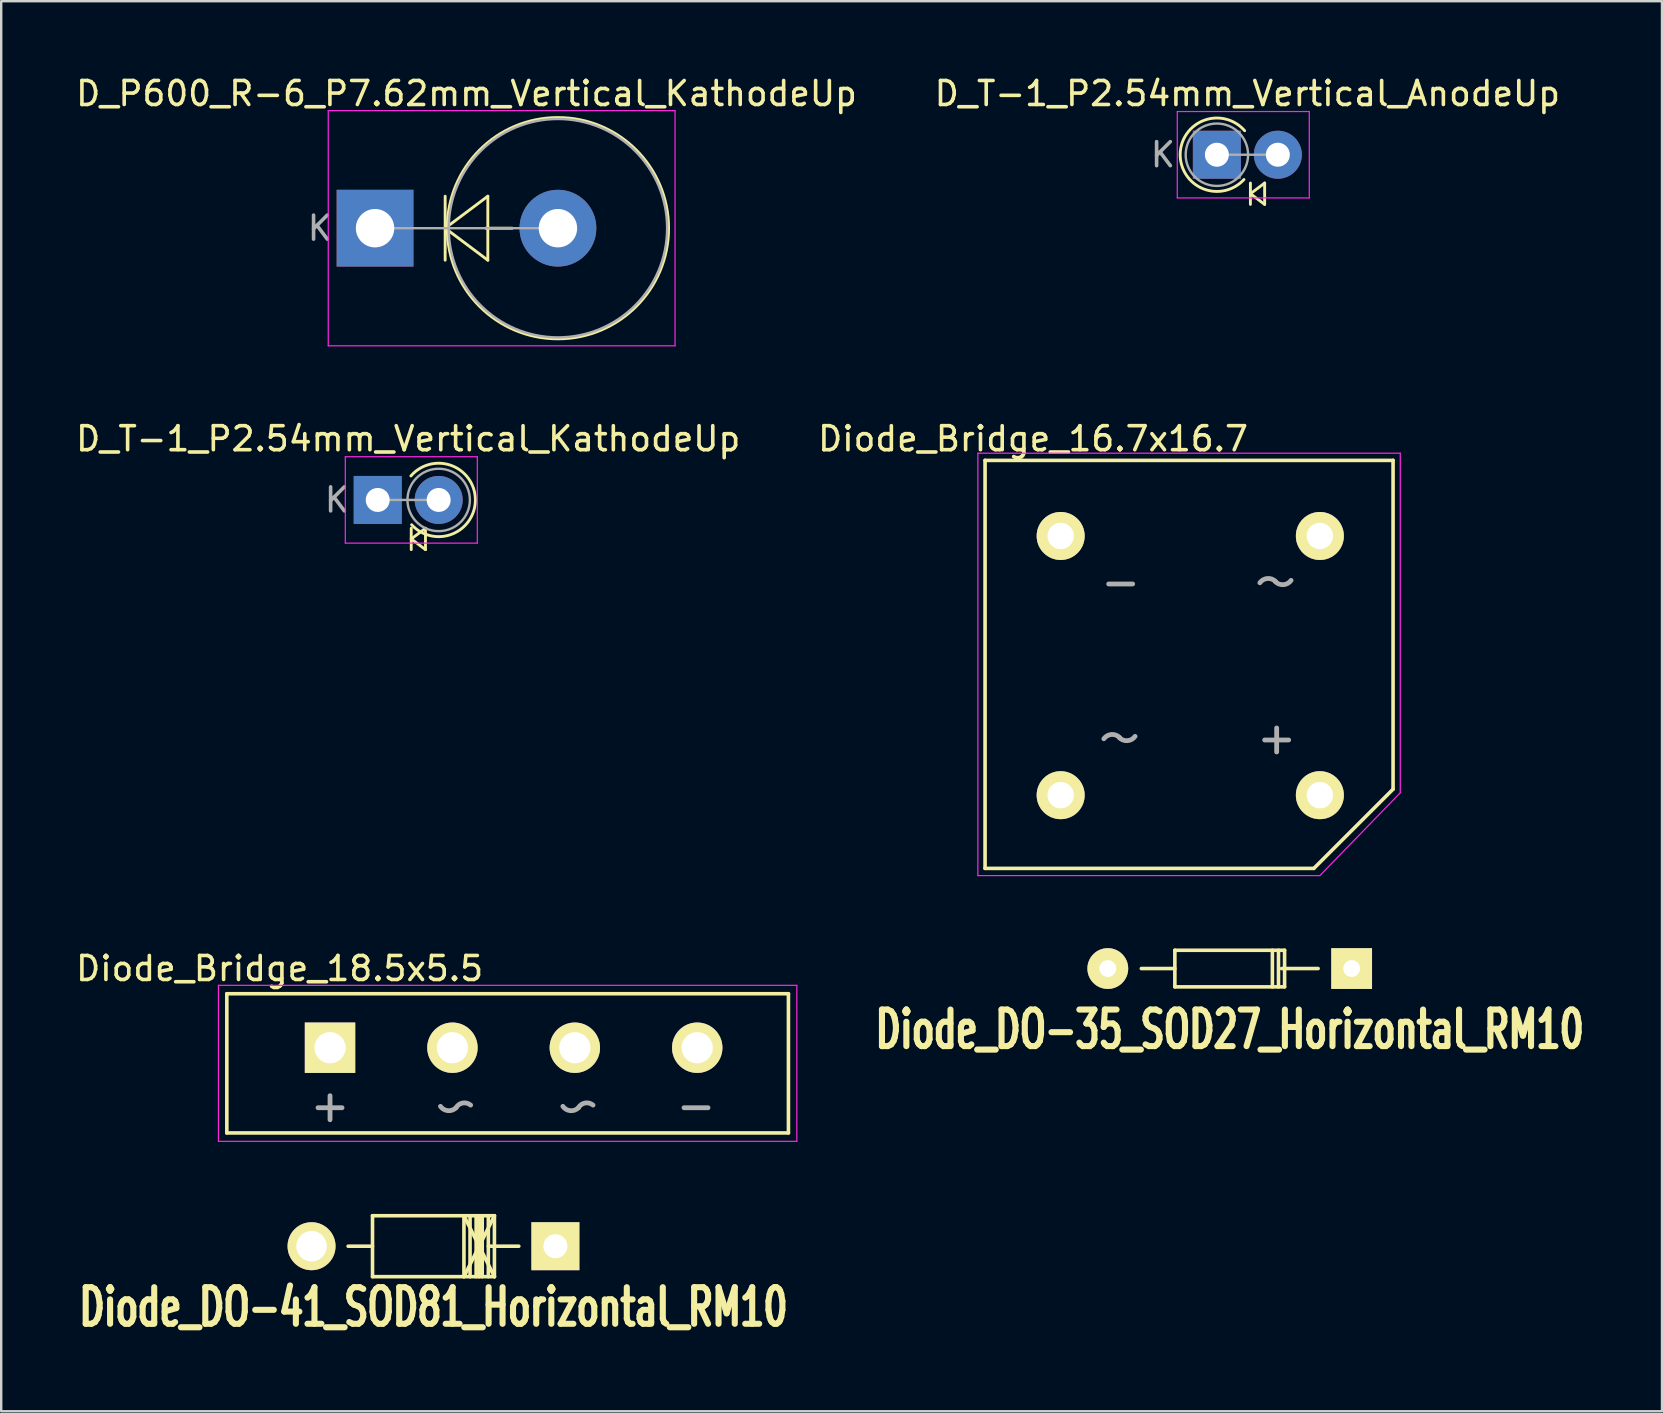
<source format=kicad_pcb>
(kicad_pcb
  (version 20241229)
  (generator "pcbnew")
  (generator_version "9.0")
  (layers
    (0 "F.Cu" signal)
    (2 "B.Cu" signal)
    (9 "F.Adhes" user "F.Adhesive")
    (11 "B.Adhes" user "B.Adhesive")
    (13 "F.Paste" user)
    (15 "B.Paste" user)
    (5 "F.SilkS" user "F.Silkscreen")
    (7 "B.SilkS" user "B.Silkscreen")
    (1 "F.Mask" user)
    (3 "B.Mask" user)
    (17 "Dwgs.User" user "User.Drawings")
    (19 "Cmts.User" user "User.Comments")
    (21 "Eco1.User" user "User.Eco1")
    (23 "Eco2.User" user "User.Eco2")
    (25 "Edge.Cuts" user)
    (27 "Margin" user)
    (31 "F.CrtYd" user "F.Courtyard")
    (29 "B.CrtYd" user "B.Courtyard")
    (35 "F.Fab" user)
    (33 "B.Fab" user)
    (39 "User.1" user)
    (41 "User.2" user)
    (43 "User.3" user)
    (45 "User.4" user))
  (footprint "D_P600_R-6_P7.62mm_Vertical_KathodeUp"
    (layer "F.Cu")
    (at 12.577 6.458)
    (property "Reference" "D_P600_R-6_P7.62mm_Vertical_KathodeUp" (at 3.81 -5.61 0) (layer "F.SilkS") (effects (font (size 1 1) (thickness 0.15))))
    (attr through_hole)
    (fp_line (start 2.921 -1.333) (end 2.921 1.333) (stroke (width 0.12) (type solid)) (layer "F.SilkS"))
    (fp_line (start 2.921 0) (end 4.699 -1.333) (stroke (width 0.12) (type solid)) (layer "F.SilkS"))
    (fp_line (start 4.61 0) (end 5.72 0) (stroke (width 0.12) (type solid)) (layer "F.SilkS"))
    (fp_line (start 4.699 -1.333) (end 4.699 1.333) (stroke (width 0.12) (type solid)) (layer "F.SilkS"))
    (fp_line (start 4.699 1.333) (end 2.921 0) (stroke (width 0.12) (type solid)) (layer "F.SilkS"))
    (fp_circle (center 7.62 0) (end 12.23 0) (stroke (width 0.12) (type solid)) (fill no) (layer "F.SilkS"))
    (fp_line (start -1.95 -4.9) (end -1.95 4.9) (stroke (width 0.05) (type solid)) (layer "F.CrtYd"))
    (fp_line (start -1.95 4.9) (end 12.5 4.9) (stroke (width 0.05) (type solid)) (layer "F.CrtYd"))
    (fp_line (start 12.5 -4.9) (end -1.95 -4.9) (stroke (width 0.05) (type solid)) (layer "F.CrtYd"))
    (fp_line (start 12.5 4.9) (end 12.5 -4.9) (stroke (width 0.05) (type solid)) (layer "F.CrtYd"))
    (fp_line (start 0 0) (end 7.62 0) (stroke (width 0.1) (type solid)) (layer "F.Fab"))
    (fp_circle (center 7.62 0) (end 12.17 0) (stroke (width 0.1) (type solid)) (fill no) (layer "F.Fab"))
    (fp_text user "K" (at -2.3 0 0) (layer "F.Fab") (effects (font (size 1 1) (thickness 0.15))))
    (pad "1" thru_hole rect (at 0 0) (size 3.2 3.2) (drill 1.6) (layers "*.Cu" "*.Mask"))
    (pad "2" thru_hole oval (at 7.62 0) (size 3.2 3.2) (drill 1.6) (layers "*.Cu" "*.Mask")))
  (footprint "Diode_Bridge_18.5x5.5"
    (layer "F.Cu")
    (at 10.701 40.605)
    (property "Reference" "Diode_Bridge_18.5x5.5" (at -2.1 -3.3 0) (layer "F.SilkS") (effects (font (size 1 1) (thickness 0.15))))
    (attr through_hole)
    (fp_line (start -4.3 -2.25) (end 19.1 -2.25) (stroke (width 0.15) (type solid)) (layer "F.SilkS"))
    (fp_line (start -4.3 3.55) (end -4.3 -2.25) (stroke (width 0.15) (type solid)) (layer "F.SilkS"))
    (fp_line (start 19.1 -2.25) (end 19.1 3.55) (stroke (width 0.15) (type solid)) (layer "F.SilkS"))
    (fp_line (start 19.1 3.55) (end -4.3 3.55) (stroke (width 0.15) (type solid)) (layer "F.SilkS"))
    (fp_line (start -4.65 -2.6) (end 19.45 -2.6) (stroke (width 0.05) (type solid)) (layer "F.CrtYd"))
    (fp_line (start -4.65 3.9) (end -4.65 -2.6) (stroke (width 0.05) (type solid)) (layer "F.CrtYd"))
    (fp_line (start 19.45 -2.6) (end 19.45 3.9) (stroke (width 0.05) (type solid)) (layer "F.CrtYd"))
    (fp_line (start 19.45 3.9) (end -4.65 3.9) (stroke (width 0.05) (type solid)) (layer "F.CrtYd"))
    (fp_line (start -0.5 2.5) (end 0.5 2.5) (stroke (width 0.2) (type solid)) (layer "F.Fab"))
    (fp_line (start 0 2) (end 0 3) (stroke (width 0.2) (type solid)) (layer "F.Fab"))
    (fp_line (start 14.75 2.5) (end 15.75 2.5) (stroke (width 0.2) (type solid)) (layer "F.Fab"))
    (fp_arc (start 5.25 2.5) (mid 4.913023 2.62265) (end 4.602463 2.443348) (stroke (width 0.2) (type solid)) (layer "F.Fab"))
    (fp_arc (start 5.25 2.5) (mid 5.528233 2.303327) (end 5.857738 2.390047) (stroke (width 0.2) (type solid)) (layer "F.Fab"))
    (fp_arc (start 10.35 2.5) (mid 10.013023 2.62265) (end 9.702463 2.443348) (stroke (width 0.2) (type solid)) (layer "F.Fab"))
    (fp_arc (start 10.35 2.5) (mid 10.628233 2.303327) (end 10.957738 2.390047) (stroke (width 0.2) (type solid)) (layer "F.Fab"))
    (pad "1" thru_hole rect (at 0 0) (size 2.1 2.1) (drill 1.3) (layers "*.Cu" "*.Mask" "F.SilkS"))
    (pad "2" thru_hole circle (at 5.1 0) (size 2.1 2.1) (drill 1.3) (layers "*.Cu" "*.Mask" "F.SilkS"))
    (pad "3" thru_hole circle (at 15.3 0) (size 2.1 2.1) (drill 1.3) (layers "*.Cu" "*.Mask" "F.SilkS"))
    (pad "4" thru_hole circle (at 10.2 0) (size 2.1 2.1) (drill 1.3) (layers "*.Cu" "*.Mask" "F.SilkS")))
  (footprint "Diode_DO-41_SOD81_Horizontal_RM10"
    (layer "F.Cu")
    (at 15.011 48.875)
    (property "Reference" "Diode_DO-41_SOD81_Horizontal_RM10" (at 0 2.54 0) (layer "F.SilkS") (effects (font (size 1.524 1.016) (thickness 0.254))))
    (attr through_hole)
    (fp_line (start -2.54 -1.27) (end -2.54 1.27) (stroke (width 0.15) (type solid)) (layer "F.SilkS"))
    (fp_line (start -2.54 0) (end -3.556 0) (stroke (width 0.15) (type solid)) (layer "F.SilkS"))
    (fp_line (start -2.54 1.27) (end 2.54 1.27) (stroke (width 0.15) (type solid)) (layer "F.SilkS"))
    (fp_line (start 1.27 -1.27) (end 1.27 1.27) (stroke (width 0.15) (type solid)) (layer "F.SilkS"))
    (fp_line (start 1.27 -1.27) (end 2.54 1.27) (stroke (width 0.15) (type solid)) (layer "F.SilkS"))
    (fp_line (start 1.524 -1.27) (end 1.524 1.27) (stroke (width 0.15) (type solid)) (layer "F.SilkS"))
    (fp_line (start 1.778 -1.27) (end 1.778 1.27) (stroke (width 0.15) (type solid)) (layer "F.SilkS"))
    (fp_line (start 1.905 -1.27) (end 1.905 1.27) (stroke (width 0.15) (type solid)) (layer "F.SilkS"))
    (fp_line (start 2.032 -1.27) (end 2.032 1.27) (stroke (width 0.15) (type solid)) (layer "F.SilkS"))
    (fp_line (start 2.286 -1.27) (end 2.286 1.27) (stroke (width 0.15) (type solid)) (layer "F.SilkS"))
    (fp_line (start 2.286 0) (end 3.556 0) (stroke (width 0.15) (type solid)) (layer "F.SilkS"))
    (fp_line (start 2.54 -1.27) (end -2.54 -1.27) (stroke (width 0.15) (type solid)) (layer "F.SilkS"))
    (fp_line (start 2.54 -1.27) (end 1.27 1.27) (stroke (width 0.15) (type solid)) (layer "F.SilkS"))
    (fp_line (start 2.54 1.27) (end 2.54 -1.27) (stroke (width 0.15) (type solid)) (layer "F.SilkS"))
    (pad "1" thru_hole circle (at -5.08 0) (size 1.999 1.999) (drill 1.27) (layers "*.Cu" "*.Mask" "F.SilkS"))
    (pad "2" thru_hole rect (at 5.08 0) (size 1.999 1.999) (drill 1.001) (layers "*.Cu" "*.Mask" "F.SilkS")))
  (footprint "Diode_Bridge_16.7x16.7"
    (layer "F.Cu")
    (at 41.144 19.282)
    (property "Reference" "Diode_Bridge_16.7x16.7" (at -1.15 -4.05 0) (layer "F.SilkS") (effects (font (size 1 1) (thickness 0.15))))
    (attr through_hole)
    (fp_line (start -3.15 -3.15) (end 13.85 -3.15) (stroke (width 0.15) (type solid)) (layer "F.SilkS"))
    (fp_line (start -3.15 13.85) (end -3.15 -3.15) (stroke (width 0.15) (type solid)) (layer "F.SilkS"))
    (fp_line (start 10.55 13.85) (end -3.15 13.85) (stroke (width 0.15) (type solid)) (layer "F.SilkS"))
    (fp_line (start 13.85 -3.15) (end 13.85 10.55) (stroke (width 0.15) (type solid)) (layer "F.SilkS"))
    (fp_line (start 13.85 10.55) (end 10.55 13.85) (stroke (width 0.15) (type solid)) (layer "F.SilkS"))
    (fp_line (start -3.45 -3.45) (end 14.15 -3.45) (stroke (width 0.05) (type solid)) (layer "F.CrtYd"))
    (fp_line (start -3.45 14.15) (end -3.45 -3.45) (stroke (width 0.05) (type solid)) (layer "F.CrtYd"))
    (fp_line (start 10.8 14.15) (end -3.45 14.15) (stroke (width 0.05) (type solid)) (layer "F.CrtYd"))
    (fp_line (start 14.15 -3.45) (end 14.15 10.7) (stroke (width 0.05) (type solid)) (layer "F.CrtYd"))
    (fp_line (start 14.15 10.7) (end 10.8 14.15) (stroke (width 0.05) (type solid)) (layer "F.CrtYd"))
    (fp_line (start 2 2) (end 3 2) (stroke (width 0.2) (type solid)) (layer "F.Fab"))
    (fp_line (start 8.5 8.5) (end 9.5 8.5) (stroke (width 0.2) (type solid)) (layer "F.Fab"))
    (fp_line (start 9 8) (end 9 9) (stroke (width 0.2) (type solid)) (layer "F.Fab"))
    (fp_arc (start 1.8 8.45) (mid 2.116535 8.271188) (end 2.456979 8.398729) (stroke (width 0.2) (type solid)) (layer "F.Fab"))
    (fp_arc (start 3.1 8.35) (mid 2.783465 8.528812) (end 2.443021 8.401271) (stroke (width 0.2) (type solid)) (layer "F.Fab"))
    (fp_arc (start 8.3 1.95) (mid 8.616535 1.771188) (end 8.956979 1.898729) (stroke (width 0.2) (type solid)) (layer "F.Fab"))
    (fp_arc (start 9.6 1.85) (mid 9.283465 2.028812) (end 8.943021 1.901271) (stroke (width 0.2) (type solid)) (layer "F.Fab"))
    (pad "1" thru_hole circle (at 0 0) (size 2 2) (drill 1.1) (layers "*.Cu" "*.Mask" "F.SilkS"))
    (pad "2" thru_hole circle (at 0 10.8) (size 2 2) (drill 1.1) (layers "*.Cu" "*.Mask" "F.SilkS"))
    (pad "3" thru_hole circle (at 10.8 10.8) (size 2 2) (drill 1.1) (layers "*.Cu" "*.Mask" "F.SilkS"))
    (pad "4" thru_hole circle (at 10.8 0) (size 2 2) (drill 1.1) (layers "*.Cu" "*.Mask" "F.SilkS")))
  (footprint "D_T-1_P2.54mm_Vertical_KathodeUp"
    (layer "F.Cu")
    (at 12.688 17.781)
    (property "Reference" "D_T-1_P2.54mm_Vertical_KathodeUp" (at 1.27 -2.549 0) (layer "F.SilkS") (effects (font (size 1 1) (thickness 0.15))))
    (attr through_hole)
    (fp_line (start 1.397 1.18) (end 1.397 2.069) (stroke (width 0.12) (type solid)) (layer "F.SilkS"))
    (fp_line (start 1.397 1.625) (end 1.99 1.18) (stroke (width 0.12) (type solid)) (layer "F.SilkS"))
    (fp_line (start 1.99 1.18) (end 1.99 2.069) (stroke (width 0.12) (type solid)) (layer "F.SilkS"))
    (fp_line (start 1.99 2.069) (end 1.397 1.625) (stroke (width 0.12) (type solid)) (layer "F.SilkS"))
    (fp_arc (start 1.382778 -1) (mid 4.069276 -0.021846) (end 1.411815 1.032648) (stroke (width 0.12) (type solid)) (layer "F.SilkS"))
    (fp_line (start -1.35 -1.8) (end -1.35 1.8) (stroke (width 0.05) (type solid)) (layer "F.CrtYd"))
    (fp_line (start -1.35 1.8) (end 4.15 1.8) (stroke (width 0.05) (type solid)) (layer "F.CrtYd"))
    (fp_line (start 4.15 -1.8) (end -1.35 -1.8) (stroke (width 0.05) (type solid)) (layer "F.CrtYd"))
    (fp_line (start 4.15 1.8) (end 4.15 -1.8) (stroke (width 0.05) (type solid)) (layer "F.CrtYd"))
    (fp_line (start 0 0) (end 2.54 0) (stroke (width 0.1) (type solid)) (layer "F.Fab"))
    (fp_circle (center 2.54 0) (end 3.84 0) (stroke (width 0.1) (type solid)) (fill no) (layer "F.Fab"))
    (fp_text user "K" (at -1.7 0 0) (layer "F.Fab") (effects (font (size 1 1) (thickness 0.15))))
    (pad "1" thru_hole rect (at 0 0) (size 2 2) (drill 1) (layers "*.Cu" "*.Mask"))
    (pad "2" thru_hole oval (at 2.54 0) (size 2 2) (drill 1) (layers "*.Cu" "*.Mask")))
  (footprint "Diode_DO-35_SOD27_Horizontal_RM10"
    (layer "F.Cu")
    (at 48.188 37.306)
    (property "Reference" "Diode_DO-35_SOD27_Horizontal_RM10" (at 0 2.54 0) (layer "F.SilkS") (effects (font (size 1.524 1.016) (thickness 0.254))))
    (attr through_hole)
    (fp_line (start -2.286 -0.762) (end 2.286 -0.762) (stroke (width 0.15) (type solid)) (layer "F.SilkS"))
    (fp_line (start -2.286 0) (end -3.683 0) (stroke (width 0.15) (type solid)) (layer "F.SilkS"))
    (fp_line (start -2.286 0.762) (end -2.286 -0.762) (stroke (width 0.15) (type solid)) (layer "F.SilkS"))
    (fp_line (start 1.778 -0.762) (end 1.778 0.762) (stroke (width 0.15) (type solid)) (layer "F.SilkS"))
    (fp_line (start 2.032 -0.762) (end 2.032 0.762) (stroke (width 0.15) (type solid)) (layer "F.SilkS"))
    (fp_line (start 2.159 0) (end 3.683 0) (stroke (width 0.15) (type solid)) (layer "F.SilkS"))
    (fp_line (start 2.286 -0.762) (end 2.286 0) (stroke (width 0.15) (type solid)) (layer "F.SilkS"))
    (fp_line (start 2.286 0) (end 2.286 0.762) (stroke (width 0.15) (type solid)) (layer "F.SilkS"))
    (fp_line (start 2.286 0.762) (end -2.286 0.762) (stroke (width 0.15) (type solid)) (layer "F.SilkS"))
    (pad "1" thru_hole circle (at -5.08 0) (size 1.699 1.699) (drill 0.701) (layers "*.Cu" "*.Mask" "F.SilkS"))
    (pad "2" thru_hole rect (at 5.08 0) (size 1.699 1.699) (drill 0.701) (layers "*.Cu" "*.Mask" "F.SilkS")))
  (footprint "D_T-1_P2.54mm_Vertical_AnodeUp"
    (layer "F.Cu")
    (at 47.653 3.397)
    (property "Reference" "D_T-1_P2.54mm_Vertical_AnodeUp" (at 1.27 -2.549 0) (layer "F.SilkS") (effects (font (size 1 1) (thickness 0.15))))
    (attr through_hole)
    (fp_line (start 1.397 1.18) (end 1.397 2.069) (stroke (width 0.12) (type solid)) (layer "F.SilkS"))
    (fp_line (start 1.397 1.625) (end 1.99 1.18) (stroke (width 0.12) (type solid)) (layer "F.SilkS"))
    (fp_line (start 1.99 1.18) (end 1.99 2.069) (stroke (width 0.12) (type solid)) (layer "F.SilkS"))
    (fp_line (start 1.99 2.069) (end 1.397 1.625) (stroke (width 0.12) (type solid)) (layer "F.SilkS"))
    (fp_arc (start 1.128185 1.032648) (mid -1.529276 -0.021846) (end 1.157222 -1) (stroke (width 0.12) (type solid)) (layer "F.SilkS"))
    (fp_line (start -1.65 -1.8) (end -1.65 1.8) (stroke (width 0.05) (type solid)) (layer "F.CrtYd"))
    (fp_line (start -1.65 1.8) (end 3.85 1.8) (stroke (width 0.05) (type solid)) (layer "F.CrtYd"))
    (fp_line (start 3.85 -1.8) (end -1.65 -1.8) (stroke (width 0.05) (type solid)) (layer "F.CrtYd"))
    (fp_line (start 3.85 1.8) (end 3.85 -1.8) (stroke (width 0.05) (type solid)) (layer "F.CrtYd"))
    (fp_line (start 0 0) (end 2.54 0) (stroke (width 0.1) (type solid)) (layer "F.Fab"))
    (fp_circle (center 0 0) (end 1.3 0) (stroke (width 0.1) (type solid)) (fill no) (layer "F.Fab"))
    (fp_text user "K" (at -2.249 0 0) (layer "F.Fab") (effects (font (size 1 1) (thickness 0.15))))
    (pad "1" thru_hole rect (at 0 0) (size 2 2) (drill 1) (layers "*.Cu" "*.Mask"))
    (pad "2" thru_hole oval (at 2.54 0) (size 2 2) (drill 1) (layers "*.Cu" "*.Mask")))
  (gr_rect
    (start -3 -3)
    (end 66.199 55.752)
    (stroke (width 0.1) (type default))
    (fill no)
    (layer "Edge.Cuts")))
</source>
